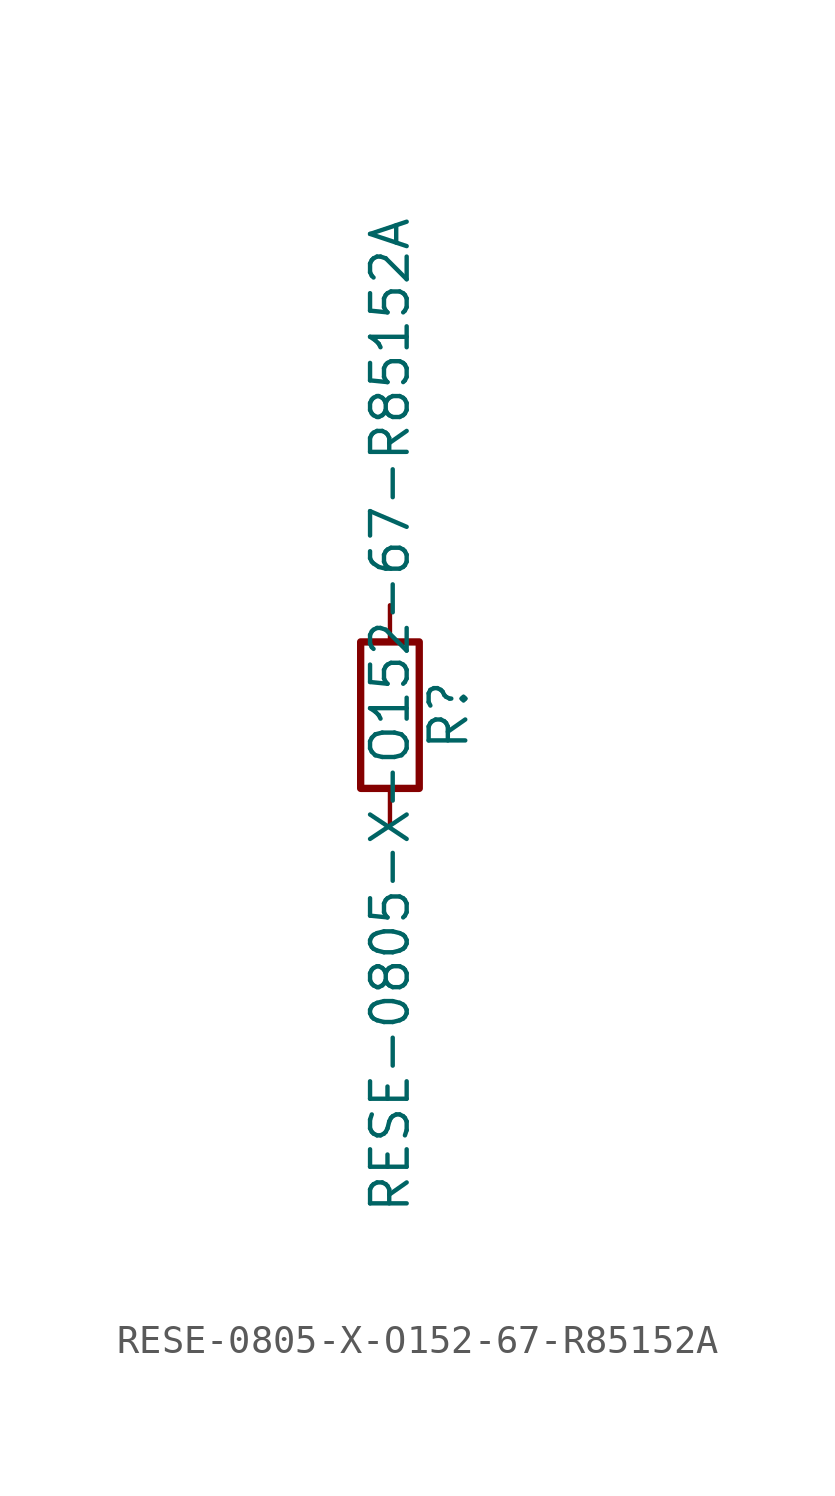
<source format=kicad_sym>
(kicad_symbol_lib
  (version 20211014)
  (generator kicad_symbol_editor)
  (symbol "RESE-0805-X-O152-67-R85152A"
    (pin_numbers hide)
    (pin_names
      (offset 0))
    (property "Reference" "R"
      (at 2.032 0 90)
      (effects (font (size 1.27 1.27))))
    (property "Value" "RESE-0805-X-O152-67-R85152A"
      (at 0 0 90)
      (effects (font (size 1.27 1.27))))
    (symbol "RESE-0805-X-O152-67-R85152A_0_1"
      (rectangle (start -1.016 -2.54) (end 1.016 2.54) (stroke (width 0.254) (type default) (color 0 0 0 0)) (fill (type none))))
    (symbol "RESE-0805-X-O152-67-R85152A_1_1"
      (pin passive line (at 0 3.81 270) (length 1.27) (name "~" (effects (font (size 1.27 1.27)))) (number "1" (effects (font (size 1.27 1.27)))))
      (pin passive line (at 0 -3.81 90) (length 1.27) (name "~" (effects (font (size 1.27 1.27)))) (number "2" (effects (font (size 1.27 1.27))))))))
</source>
